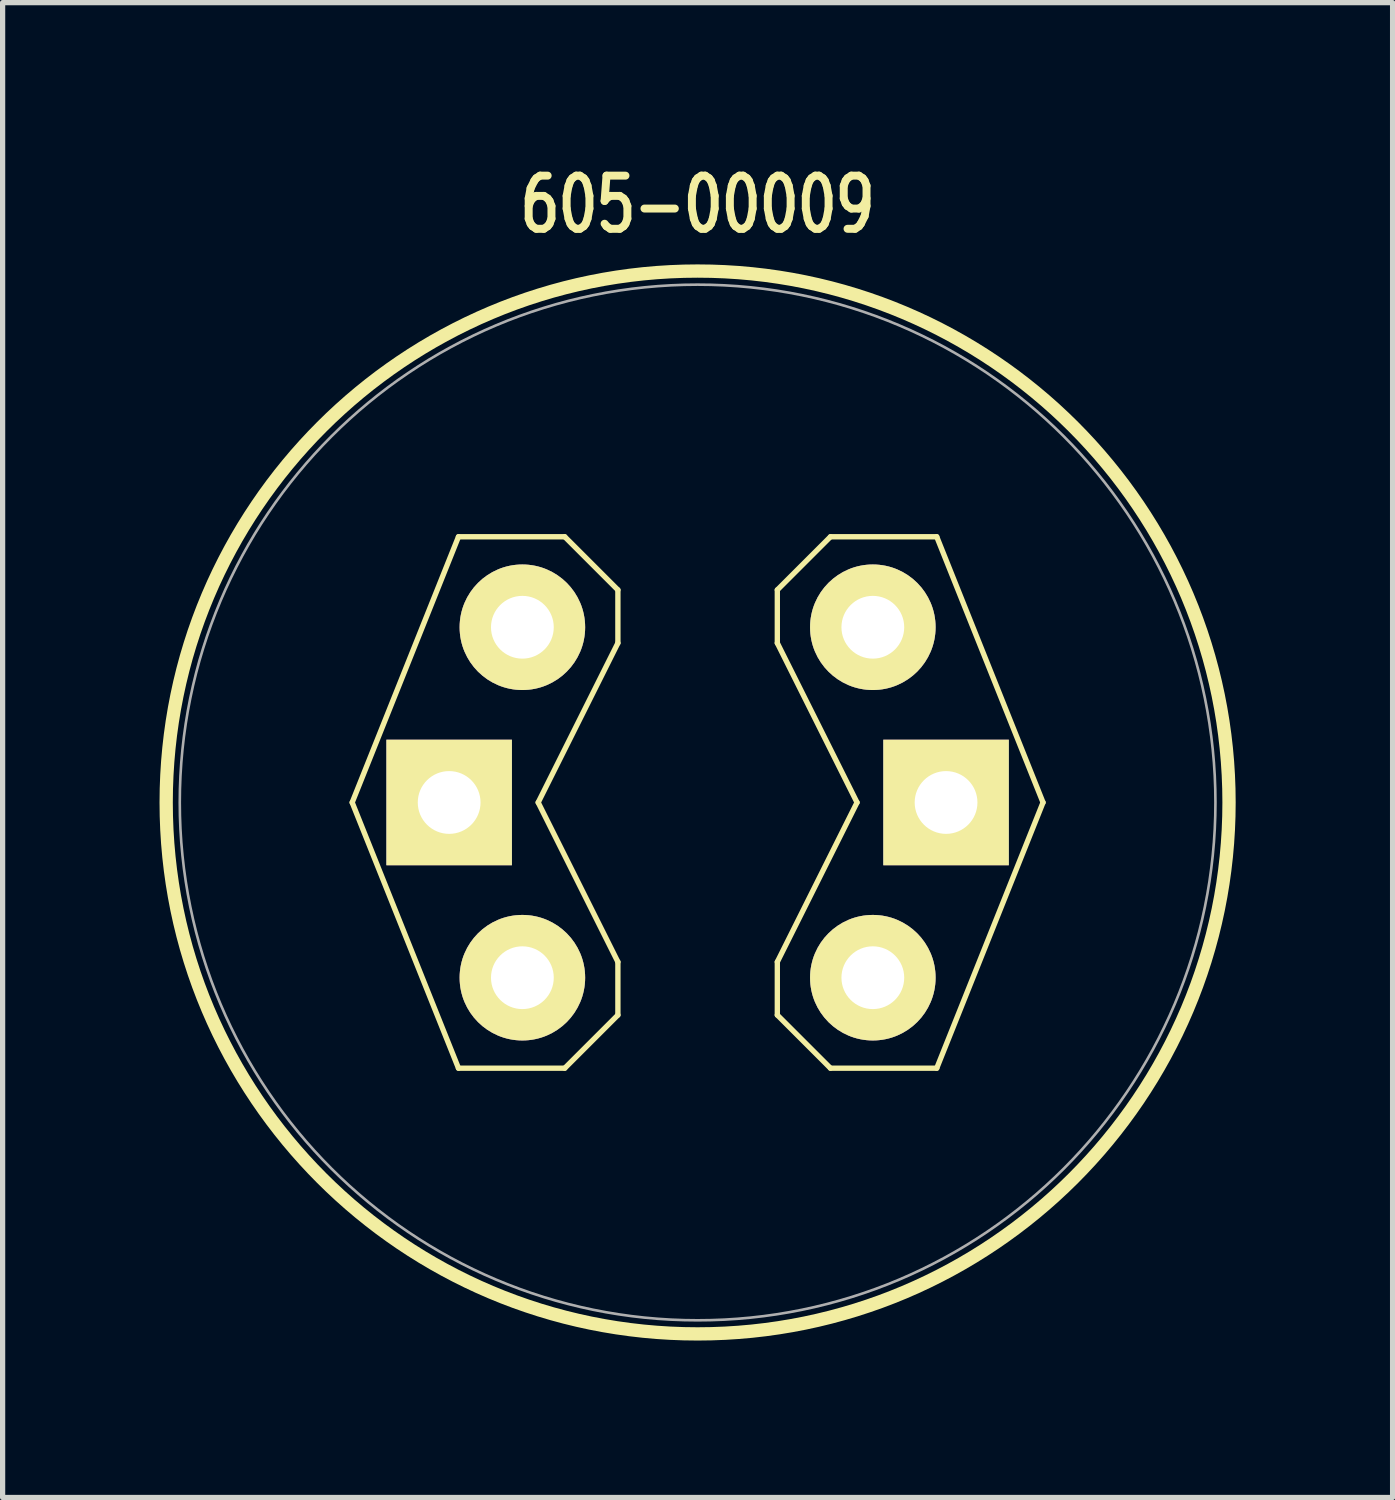
<source format=kicad_pcb>
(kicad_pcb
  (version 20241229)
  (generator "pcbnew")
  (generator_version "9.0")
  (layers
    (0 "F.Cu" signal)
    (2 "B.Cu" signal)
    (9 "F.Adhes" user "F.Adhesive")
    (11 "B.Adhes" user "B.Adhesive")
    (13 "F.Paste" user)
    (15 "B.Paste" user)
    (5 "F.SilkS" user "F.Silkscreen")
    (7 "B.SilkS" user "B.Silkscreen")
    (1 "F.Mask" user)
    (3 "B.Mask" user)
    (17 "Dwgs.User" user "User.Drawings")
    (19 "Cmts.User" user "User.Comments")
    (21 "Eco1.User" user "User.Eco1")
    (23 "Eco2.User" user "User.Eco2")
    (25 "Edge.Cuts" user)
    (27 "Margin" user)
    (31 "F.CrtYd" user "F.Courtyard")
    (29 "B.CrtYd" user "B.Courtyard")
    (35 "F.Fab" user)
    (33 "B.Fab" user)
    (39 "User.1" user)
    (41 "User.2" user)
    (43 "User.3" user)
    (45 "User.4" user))
  (footprint "605-00009"
    (layer "F.Cu")
    (at 10.287 12.292)
    (property "Reference" "605-00009" (at 0 -11.43 0) (layer "F.SilkS") (effects (font (size 1.016 0.762) (thickness 0.152))))
    (attr through_hole)
    (fp_line (start -6.604 0) (end -4.572 -5.08) (stroke (width 0.102) (type solid)) (layer "F.SilkS"))
    (fp_line (start -4.572 -5.08) (end -2.54 -5.08) (stroke (width 0.102) (type solid)) (layer "F.SilkS"))
    (fp_line (start -4.572 5.08) (end -6.604 0) (stroke (width 0.102) (type solid)) (layer "F.SilkS"))
    (fp_line (start -3.048 0) (end -1.524 3.048) (stroke (width 0.102) (type solid)) (layer "F.SilkS"))
    (fp_line (start -2.54 -5.08) (end -1.524 -4.064) (stroke (width 0.102) (type solid)) (layer "F.SilkS"))
    (fp_line (start -2.54 5.08) (end -4.572 5.08) (stroke (width 0.102) (type solid)) (layer "F.SilkS"))
    (fp_line (start -1.524 -4.064) (end -1.524 -3.048) (stroke (width 0.102) (type solid)) (layer "F.SilkS"))
    (fp_line (start -1.524 -3.048) (end -3.048 0) (stroke (width 0.102) (type solid)) (layer "F.SilkS"))
    (fp_line (start -1.524 3.048) (end -1.524 4.064) (stroke (width 0.102) (type solid)) (layer "F.SilkS"))
    (fp_line (start -1.524 4.064) (end -2.54 5.08) (stroke (width 0.102) (type solid)) (layer "F.SilkS"))
    (fp_line (start 1.524 -4.064) (end 2.54 -5.08) (stroke (width 0.102) (type solid)) (layer "F.SilkS"))
    (fp_line (start 1.524 -3.048) (end 1.524 -4.064) (stroke (width 0.102) (type solid)) (layer "F.SilkS"))
    (fp_line (start 1.524 3.048) (end 3.048 0) (stroke (width 0.102) (type solid)) (layer "F.SilkS"))
    (fp_line (start 1.524 4.064) (end 1.524 3.048) (stroke (width 0.102) (type solid)) (layer "F.SilkS"))
    (fp_line (start 2.54 -5.08) (end 4.572 -5.08) (stroke (width 0.102) (type solid)) (layer "F.SilkS"))
    (fp_line (start 2.54 5.08) (end 1.524 4.064) (stroke (width 0.102) (type solid)) (layer "F.SilkS"))
    (fp_line (start 3.048 0) (end 1.524 -3.048) (stroke (width 0.102) (type solid)) (layer "F.SilkS"))
    (fp_line (start 4.572 -5.08) (end 6.604 0) (stroke (width 0.102) (type solid)) (layer "F.SilkS"))
    (fp_line (start 4.572 5.08) (end 2.54 5.08) (stroke (width 0.102) (type solid)) (layer "F.SilkS"))
    (fp_line (start 6.604 0) (end 4.572 5.08) (stroke (width 0.102) (type solid)) (layer "F.SilkS"))
    (fp_circle (center 0 0) (end 10.16 0) (stroke (width 0.254) (type solid)) (fill no) (layer "F.SilkS"))
    (fp_circle (center 0 0) (end 9.9 0) (stroke (width 0.05) (type solid)) (fill no) (layer "F.Fab"))
    (pad "A" thru_hole circle (at -3.35 -3.35) (size 2.4 2.4) (drill 1.2) (layers "*.Cu" "*.Mask" "F.SilkS"))
    (pad "A" thru_hole circle (at -3.35 3.35) (size 2.4 2.4) (drill 1.2) (layers "*.Cu" "*.Mask" "F.SilkS"))
    (pad "B" thru_hole circle (at 3.35 -3.35) (size 2.4 2.4) (drill 1.2) (layers "*.Cu" "*.Mask" "F.SilkS"))
    (pad "B" thru_hole circle (at 3.35 3.35) (size 2.4 2.4) (drill 1.2) (layers "*.Cu" "*.Mask" "F.SilkS"))
    (pad "H1" thru_hole rect (at -4.75 0) (size 2.4 2.4) (drill 1.2) (layers "*.Cu" "*.Mask" "F.SilkS"))
    (pad "H2" thru_hole rect (at 4.75 0) (size 2.4 2.4) (drill 1.2) (layers "*.Cu" "*.Mask" "F.SilkS")))
  (gr_rect
    (start -3 -3)
    (end 23.574 25.579)
    (stroke (width 0.1) (type default))
    (fill no)
    (layer "Edge.Cuts")))
</source>
